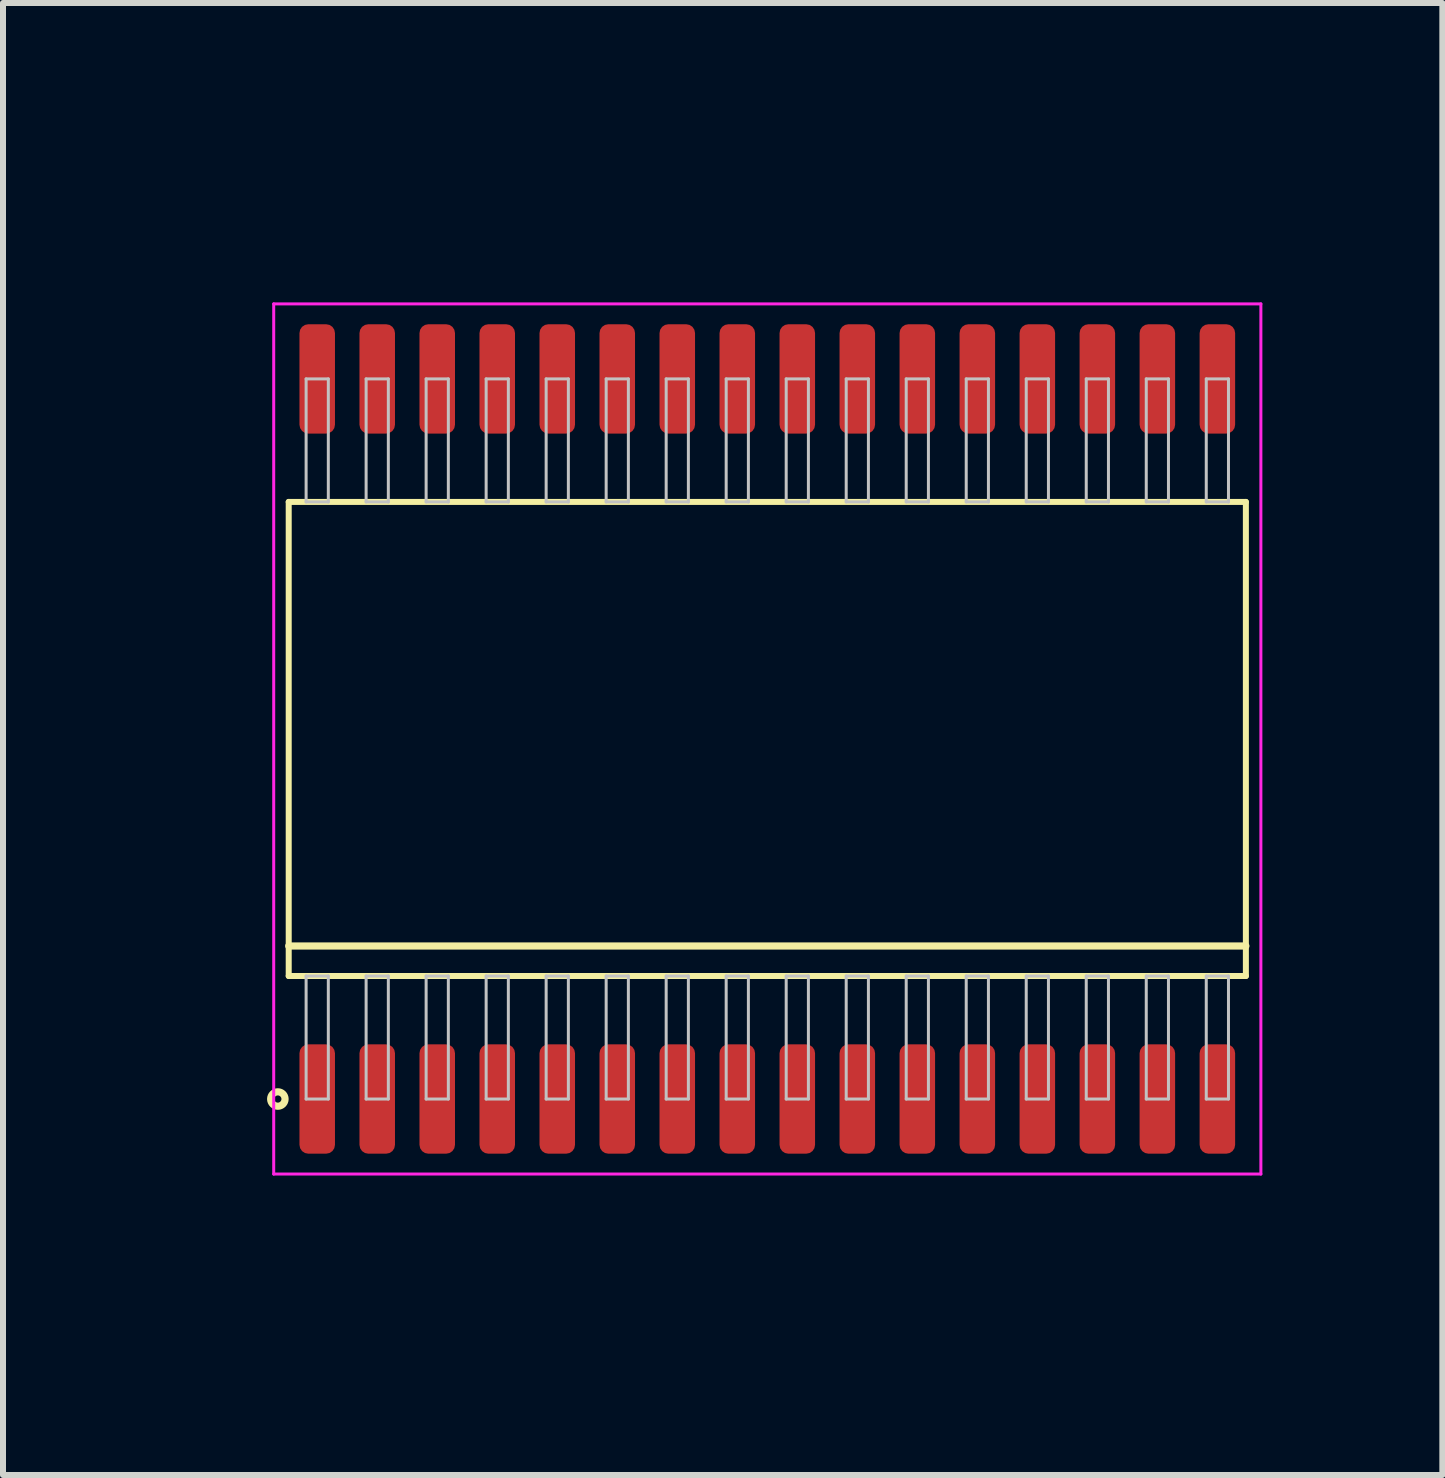
<source format=kicad_pcb>
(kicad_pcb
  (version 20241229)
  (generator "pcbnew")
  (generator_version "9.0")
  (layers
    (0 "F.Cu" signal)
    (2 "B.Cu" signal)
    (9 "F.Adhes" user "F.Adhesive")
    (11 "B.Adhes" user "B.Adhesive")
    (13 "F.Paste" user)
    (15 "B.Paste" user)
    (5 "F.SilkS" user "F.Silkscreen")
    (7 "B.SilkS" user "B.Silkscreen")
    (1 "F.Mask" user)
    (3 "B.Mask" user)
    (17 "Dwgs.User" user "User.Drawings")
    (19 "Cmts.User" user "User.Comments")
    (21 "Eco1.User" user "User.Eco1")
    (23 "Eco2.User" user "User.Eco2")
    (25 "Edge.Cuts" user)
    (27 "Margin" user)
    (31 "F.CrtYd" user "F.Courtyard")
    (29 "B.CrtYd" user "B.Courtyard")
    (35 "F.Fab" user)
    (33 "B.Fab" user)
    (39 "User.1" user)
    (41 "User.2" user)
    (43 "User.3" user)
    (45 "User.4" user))
  (footprint "SOP100P1595x1200-32"
    (layer "F.Cu")
    (at 9.736 9.264)
    (property "Reference" "SOP100P1595x1200-32" (at -8.975 0 90) (layer "User.1") (effects (font (size 1 1) (thickness 0.1))))
    (attr through_hole)
    (fp_line (start -7.975 -3.95) (end -7.975 3.95) (stroke (width 0.1) (type solid)) (layer "F.SilkS"))
    (fp_line (start -7.975 3.45) (end 7.975 3.45) (stroke (width 0.12) (type solid)) (layer "F.SilkS"))
    (fp_line (start -7.975 3.95) (end 7.975 3.95) (stroke (width 0.1) (type solid)) (layer "F.SilkS"))
    (fp_line (start 7.975 -3.95) (end -7.975 -3.95) (stroke (width 0.1) (type solid)) (layer "F.SilkS"))
    (fp_line (start 7.975 3.95) (end 7.975 -3.95) (stroke (width 0.1) (type solid)) (layer "F.SilkS"))
    (fp_circle (center -8.156 6) (end -8.036 6) (stroke (width 0.12) (type solid)) (fill no) (layer "F.SilkS"))
    (fp_line (start -7.685 -6) (end -7.685 -3.95) (stroke (width 0.05) (type solid)) (layer "Dwgs.User"))
    (fp_line (start -7.685 -3.95) (end -7.315 -3.95) (stroke (width 0.05) (type solid)) (layer "Dwgs.User"))
    (fp_line (start -7.685 3.95) (end -7.315 3.95) (stroke (width 0.05) (type solid)) (layer "Dwgs.User"))
    (fp_line (start -7.685 6) (end -7.685 3.95) (stroke (width 0.05) (type solid)) (layer "Dwgs.User"))
    (fp_line (start -7.315 -6) (end -7.685 -6) (stroke (width 0.05) (type solid)) (layer "Dwgs.User"))
    (fp_line (start -7.315 -3.95) (end -7.315 -6) (stroke (width 0.05) (type solid)) (layer "Dwgs.User"))
    (fp_line (start -7.315 3.95) (end -7.315 6) (stroke (width 0.05) (type solid)) (layer "Dwgs.User"))
    (fp_line (start -7.315 6) (end -7.685 6) (stroke (width 0.05) (type solid)) (layer "Dwgs.User"))
    (fp_line (start -6.685 -6) (end -6.685 -3.95) (stroke (width 0.05) (type solid)) (layer "Dwgs.User"))
    (fp_line (start -6.685 -3.95) (end -6.315 -3.95) (stroke (width 0.05) (type solid)) (layer "Dwgs.User"))
    (fp_line (start -6.685 3.95) (end -6.315 3.95) (stroke (width 0.05) (type solid)) (layer "Dwgs.User"))
    (fp_line (start -6.685 6) (end -6.685 3.95) (stroke (width 0.05) (type solid)) (layer "Dwgs.User"))
    (fp_line (start -6.315 -6) (end -6.685 -6) (stroke (width 0.05) (type solid)) (layer "Dwgs.User"))
    (fp_line (start -6.315 -3.95) (end -6.315 -6) (stroke (width 0.05) (type solid)) (layer "Dwgs.User"))
    (fp_line (start -6.315 3.95) (end -6.315 6) (stroke (width 0.05) (type solid)) (layer "Dwgs.User"))
    (fp_line (start -6.315 6) (end -6.685 6) (stroke (width 0.05) (type solid)) (layer "Dwgs.User"))
    (fp_line (start -5.685 -6) (end -5.685 -3.95) (stroke (width 0.05) (type solid)) (layer "Dwgs.User"))
    (fp_line (start -5.685 -3.95) (end -5.315 -3.95) (stroke (width 0.05) (type solid)) (layer "Dwgs.User"))
    (fp_line (start -5.685 3.95) (end -5.315 3.95) (stroke (width 0.05) (type solid)) (layer "Dwgs.User"))
    (fp_line (start -5.685 6) (end -5.685 3.95) (stroke (width 0.05) (type solid)) (layer "Dwgs.User"))
    (fp_line (start -5.315 -6) (end -5.685 -6) (stroke (width 0.05) (type solid)) (layer "Dwgs.User"))
    (fp_line (start -5.315 -3.95) (end -5.315 -6) (stroke (width 0.05) (type solid)) (layer "Dwgs.User"))
    (fp_line (start -5.315 3.95) (end -5.315 6) (stroke (width 0.05) (type solid)) (layer "Dwgs.User"))
    (fp_line (start -5.315 6) (end -5.685 6) (stroke (width 0.05) (type solid)) (layer "Dwgs.User"))
    (fp_line (start -4.685 -6) (end -4.685 -3.95) (stroke (width 0.05) (type solid)) (layer "Dwgs.User"))
    (fp_line (start -4.685 -3.95) (end -4.315 -3.95) (stroke (width 0.05) (type solid)) (layer "Dwgs.User"))
    (fp_line (start -4.685 3.95) (end -4.315 3.95) (stroke (width 0.05) (type solid)) (layer "Dwgs.User"))
    (fp_line (start -4.685 6) (end -4.685 3.95) (stroke (width 0.05) (type solid)) (layer "Dwgs.User"))
    (fp_line (start -4.315 -6) (end -4.685 -6) (stroke (width 0.05) (type solid)) (layer "Dwgs.User"))
    (fp_line (start -4.315 -3.95) (end -4.315 -6) (stroke (width 0.05) (type solid)) (layer "Dwgs.User"))
    (fp_line (start -4.315 3.95) (end -4.315 6) (stroke (width 0.05) (type solid)) (layer "Dwgs.User"))
    (fp_line (start -4.315 6) (end -4.685 6) (stroke (width 0.05) (type solid)) (layer "Dwgs.User"))
    (fp_line (start -3.685 -6) (end -3.685 -3.95) (stroke (width 0.05) (type solid)) (layer "Dwgs.User"))
    (fp_line (start -3.685 -3.95) (end -3.315 -3.95) (stroke (width 0.05) (type solid)) (layer "Dwgs.User"))
    (fp_line (start -3.685 3.95) (end -3.315 3.95) (stroke (width 0.05) (type solid)) (layer "Dwgs.User"))
    (fp_line (start -3.685 6) (end -3.685 3.95) (stroke (width 0.05) (type solid)) (layer "Dwgs.User"))
    (fp_line (start -3.315 -6) (end -3.685 -6) (stroke (width 0.05) (type solid)) (layer "Dwgs.User"))
    (fp_line (start -3.315 -3.95) (end -3.315 -6) (stroke (width 0.05) (type solid)) (layer "Dwgs.User"))
    (fp_line (start -3.315 3.95) (end -3.315 6) (stroke (width 0.05) (type solid)) (layer "Dwgs.User"))
    (fp_line (start -3.315 6) (end -3.685 6) (stroke (width 0.05) (type solid)) (layer "Dwgs.User"))
    (fp_line (start -2.685 -6) (end -2.685 -3.95) (stroke (width 0.05) (type solid)) (layer "Dwgs.User"))
    (fp_line (start -2.685 -3.95) (end -2.315 -3.95) (stroke (width 0.05) (type solid)) (layer "Dwgs.User"))
    (fp_line (start -2.685 3.95) (end -2.315 3.95) (stroke (width 0.05) (type solid)) (layer "Dwgs.User"))
    (fp_line (start -2.685 6) (end -2.685 3.95) (stroke (width 0.05) (type solid)) (layer "Dwgs.User"))
    (fp_line (start -2.315 -6) (end -2.685 -6) (stroke (width 0.05) (type solid)) (layer "Dwgs.User"))
    (fp_line (start -2.315 -3.95) (end -2.315 -6) (stroke (width 0.05) (type solid)) (layer "Dwgs.User"))
    (fp_line (start -2.315 3.95) (end -2.315 6) (stroke (width 0.05) (type solid)) (layer "Dwgs.User"))
    (fp_line (start -2.315 6) (end -2.685 6) (stroke (width 0.05) (type solid)) (layer "Dwgs.User"))
    (fp_line (start -1.685 -6) (end -1.685 -3.95) (stroke (width 0.05) (type solid)) (layer "Dwgs.User"))
    (fp_line (start -1.685 -3.95) (end -1.315 -3.95) (stroke (width 0.05) (type solid)) (layer "Dwgs.User"))
    (fp_line (start -1.685 3.95) (end -1.315 3.95) (stroke (width 0.05) (type solid)) (layer "Dwgs.User"))
    (fp_line (start -1.685 6) (end -1.685 3.95) (stroke (width 0.05) (type solid)) (layer "Dwgs.User"))
    (fp_line (start -1.315 -6) (end -1.685 -6) (stroke (width 0.05) (type solid)) (layer "Dwgs.User"))
    (fp_line (start -1.315 -3.95) (end -1.315 -6) (stroke (width 0.05) (type solid)) (layer "Dwgs.User"))
    (fp_line (start -1.315 3.95) (end -1.315 6) (stroke (width 0.05) (type solid)) (layer "Dwgs.User"))
    (fp_line (start -1.315 6) (end -1.685 6) (stroke (width 0.05) (type solid)) (layer "Dwgs.User"))
    (fp_line (start -0.685 -6) (end -0.685 -3.95) (stroke (width 0.05) (type solid)) (layer "Dwgs.User"))
    (fp_line (start -0.685 -3.95) (end -0.315 -3.95) (stroke (width 0.05) (type solid)) (layer "Dwgs.User"))
    (fp_line (start -0.685 3.95) (end -0.315 3.95) (stroke (width 0.05) (type solid)) (layer "Dwgs.User"))
    (fp_line (start -0.685 6) (end -0.685 3.95) (stroke (width 0.05) (type solid)) (layer "Dwgs.User"))
    (fp_line (start -0.315 -6) (end -0.685 -6) (stroke (width 0.05) (type solid)) (layer "Dwgs.User"))
    (fp_line (start -0.315 -3.95) (end -0.315 -6) (stroke (width 0.05) (type solid)) (layer "Dwgs.User"))
    (fp_line (start -0.315 3.95) (end -0.315 6) (stroke (width 0.05) (type solid)) (layer "Dwgs.User"))
    (fp_line (start -0.315 6) (end -0.685 6) (stroke (width 0.05) (type solid)) (layer "Dwgs.User"))
    (fp_line (start 0.315 -6) (end 0.315 -3.95) (stroke (width 0.05) (type solid)) (layer "Dwgs.User"))
    (fp_line (start 0.315 -3.95) (end 0.685 -3.95) (stroke (width 0.05) (type solid)) (layer "Dwgs.User"))
    (fp_line (start 0.315 3.95) (end 0.685 3.95) (stroke (width 0.05) (type solid)) (layer "Dwgs.User"))
    (fp_line (start 0.315 6) (end 0.315 3.95) (stroke (width 0.05) (type solid)) (layer "Dwgs.User"))
    (fp_line (start 0.685 -6) (end 0.315 -6) (stroke (width 0.05) (type solid)) (layer "Dwgs.User"))
    (fp_line (start 0.685 -3.95) (end 0.685 -6) (stroke (width 0.05) (type solid)) (layer "Dwgs.User"))
    (fp_line (start 0.685 3.95) (end 0.685 6) (stroke (width 0.05) (type solid)) (layer "Dwgs.User"))
    (fp_line (start 0.685 6) (end 0.315 6) (stroke (width 0.05) (type solid)) (layer "Dwgs.User"))
    (fp_line (start 1.315 -6) (end 1.315 -3.95) (stroke (width 0.05) (type solid)) (layer "Dwgs.User"))
    (fp_line (start 1.315 -3.95) (end 1.685 -3.95) (stroke (width 0.05) (type solid)) (layer "Dwgs.User"))
    (fp_line (start 1.315 3.95) (end 1.685 3.95) (stroke (width 0.05) (type solid)) (layer "Dwgs.User"))
    (fp_line (start 1.315 6) (end 1.315 3.95) (stroke (width 0.05) (type solid)) (layer "Dwgs.User"))
    (fp_line (start 1.685 -6) (end 1.315 -6) (stroke (width 0.05) (type solid)) (layer "Dwgs.User"))
    (fp_line (start 1.685 -3.95) (end 1.685 -6) (stroke (width 0.05) (type solid)) (layer "Dwgs.User"))
    (fp_line (start 1.685 3.95) (end 1.685 6) (stroke (width 0.05) (type solid)) (layer "Dwgs.User"))
    (fp_line (start 1.685 6) (end 1.315 6) (stroke (width 0.05) (type solid)) (layer "Dwgs.User"))
    (fp_line (start 2.315 -6) (end 2.315 -3.95) (stroke (width 0.05) (type solid)) (layer "Dwgs.User"))
    (fp_line (start 2.315 -3.95) (end 2.685 -3.95) (stroke (width 0.05) (type solid)) (layer "Dwgs.User"))
    (fp_line (start 2.315 3.95) (end 2.685 3.95) (stroke (width 0.05) (type solid)) (layer "Dwgs.User"))
    (fp_line (start 2.315 6) (end 2.315 3.95) (stroke (width 0.05) (type solid)) (layer "Dwgs.User"))
    (fp_line (start 2.685 -6) (end 2.315 -6) (stroke (width 0.05) (type solid)) (layer "Dwgs.User"))
    (fp_line (start 2.685 -3.95) (end 2.685 -6) (stroke (width 0.05) (type solid)) (layer "Dwgs.User"))
    (fp_line (start 2.685 3.95) (end 2.685 6) (stroke (width 0.05) (type solid)) (layer "Dwgs.User"))
    (fp_line (start 2.685 6) (end 2.315 6) (stroke (width 0.05) (type solid)) (layer "Dwgs.User"))
    (fp_line (start 3.315 -6) (end 3.315 -3.95) (stroke (width 0.05) (type solid)) (layer "Dwgs.User"))
    (fp_line (start 3.315 -3.95) (end 3.685 -3.95) (stroke (width 0.05) (type solid)) (layer "Dwgs.User"))
    (fp_line (start 3.315 3.95) (end 3.685 3.95) (stroke (width 0.05) (type solid)) (layer "Dwgs.User"))
    (fp_line (start 3.315 6) (end 3.315 3.95) (stroke (width 0.05) (type solid)) (layer "Dwgs.User"))
    (fp_line (start 3.685 -6) (end 3.315 -6) (stroke (width 0.05) (type solid)) (layer "Dwgs.User"))
    (fp_line (start 3.685 -3.95) (end 3.685 -6) (stroke (width 0.05) (type solid)) (layer "Dwgs.User"))
    (fp_line (start 3.685 3.95) (end 3.685 6) (stroke (width 0.05) (type solid)) (layer "Dwgs.User"))
    (fp_line (start 3.685 6) (end 3.315 6) (stroke (width 0.05) (type solid)) (layer "Dwgs.User"))
    (fp_line (start 4.315 -6) (end 4.315 -3.95) (stroke (width 0.05) (type solid)) (layer "Dwgs.User"))
    (fp_line (start 4.315 -3.95) (end 4.685 -3.95) (stroke (width 0.05) (type solid)) (layer "Dwgs.User"))
    (fp_line (start 4.315 3.95) (end 4.685 3.95) (stroke (width 0.05) (type solid)) (layer "Dwgs.User"))
    (fp_line (start 4.315 6) (end 4.315 3.95) (stroke (width 0.05) (type solid)) (layer "Dwgs.User"))
    (fp_line (start 4.685 -6) (end 4.315 -6) (stroke (width 0.05) (type solid)) (layer "Dwgs.User"))
    (fp_line (start 4.685 -3.95) (end 4.685 -6) (stroke (width 0.05) (type solid)) (layer "Dwgs.User"))
    (fp_line (start 4.685 3.95) (end 4.685 6) (stroke (width 0.05) (type solid)) (layer "Dwgs.User"))
    (fp_line (start 4.685 6) (end 4.315 6) (stroke (width 0.05) (type solid)) (layer "Dwgs.User"))
    (fp_line (start 5.315 -6) (end 5.315 -3.95) (stroke (width 0.05) (type solid)) (layer "Dwgs.User"))
    (fp_line (start 5.315 -3.95) (end 5.685 -3.95) (stroke (width 0.05) (type solid)) (layer "Dwgs.User"))
    (fp_line (start 5.315 3.95) (end 5.685 3.95) (stroke (width 0.05) (type solid)) (layer "Dwgs.User"))
    (fp_line (start 5.315 6) (end 5.315 3.95) (stroke (width 0.05) (type solid)) (layer "Dwgs.User"))
    (fp_line (start 5.685 -6) (end 5.315 -6) (stroke (width 0.05) (type solid)) (layer "Dwgs.User"))
    (fp_line (start 5.685 -3.95) (end 5.685 -6) (stroke (width 0.05) (type solid)) (layer "Dwgs.User"))
    (fp_line (start 5.685 3.95) (end 5.685 6) (stroke (width 0.05) (type solid)) (layer "Dwgs.User"))
    (fp_line (start 5.685 6) (end 5.315 6) (stroke (width 0.05) (type solid)) (layer "Dwgs.User"))
    (fp_line (start 6.315 -6) (end 6.315 -3.95) (stroke (width 0.05) (type solid)) (layer "Dwgs.User"))
    (fp_line (start 6.315 -3.95) (end 6.685 -3.95) (stroke (width 0.05) (type solid)) (layer "Dwgs.User"))
    (fp_line (start 6.315 3.95) (end 6.685 3.95) (stroke (width 0.05) (type solid)) (layer "Dwgs.User"))
    (fp_line (start 6.315 6) (end 6.315 3.95) (stroke (width 0.05) (type solid)) (layer "Dwgs.User"))
    (fp_line (start 6.685 -6) (end 6.315 -6) (stroke (width 0.05) (type solid)) (layer "Dwgs.User"))
    (fp_line (start 6.685 -3.95) (end 6.685 -6) (stroke (width 0.05) (type solid)) (layer "Dwgs.User"))
    (fp_line (start 6.685 3.95) (end 6.685 6) (stroke (width 0.05) (type solid)) (layer "Dwgs.User"))
    (fp_line (start 6.685 6) (end 6.315 6) (stroke (width 0.05) (type solid)) (layer "Dwgs.User"))
    (fp_line (start 7.315 -6) (end 7.315 -3.95) (stroke (width 0.05) (type solid)) (layer "Dwgs.User"))
    (fp_line (start 7.315 -3.95) (end 7.685 -3.95) (stroke (width 0.05) (type solid)) (layer "Dwgs.User"))
    (fp_line (start 7.315 3.95) (end 7.685 3.95) (stroke (width 0.05) (type solid)) (layer "Dwgs.User"))
    (fp_line (start 7.315 6) (end 7.315 3.95) (stroke (width 0.05) (type solid)) (layer "Dwgs.User"))
    (fp_line (start 7.685 -6) (end 7.315 -6) (stroke (width 0.05) (type solid)) (layer "Dwgs.User"))
    (fp_line (start 7.685 -3.95) (end 7.685 -6) (stroke (width 0.05) (type solid)) (layer "Dwgs.User"))
    (fp_line (start 7.685 3.95) (end 7.685 6) (stroke (width 0.05) (type solid)) (layer "Dwgs.User"))
    (fp_line (start 7.685 6) (end 7.315 6) (stroke (width 0.05) (type solid)) (layer "Dwgs.User"))
    (fp_line (start -8.225 -7.25) (end -8.225 7.25) (stroke (width 0.05) (type solid)) (layer "F.CrtYd"))
    (fp_line (start -8.225 7.25) (end 8.225 7.25) (stroke (width 0.05) (type solid)) (layer "F.CrtYd"))
    (fp_line (start 8.225 -7.25) (end -8.225 -7.25) (stroke (width 0.05) (type solid)) (layer "F.CrtYd"))
    (fp_line (start 8.225 7.25) (end 8.225 -7.25) (stroke (width 0.05) (type solid)) (layer "F.CrtYd"))
    (pad "1" smd roundrect (at -7.5 6) (size 0.592 1.822) (layers "F.Cu" "F.Mask" "F.Paste") (roundrect_rratio 0.25))
    (pad "2" smd roundrect (at -6.5 6) (size 0.592 1.822) (layers "F.Cu" "F.Mask" "F.Paste") (roundrect_rratio 0.25))
    (pad "3" smd roundrect (at -5.5 6) (size 0.592 1.822) (layers "F.Cu" "F.Mask" "F.Paste") (roundrect_rratio 0.25))
    (pad "4" smd roundrect (at -4.5 6) (size 0.592 1.822) (layers "F.Cu" "F.Mask" "F.Paste") (roundrect_rratio 0.25))
    (pad "5" smd roundrect (at -3.5 6) (size 0.592 1.822) (layers "F.Cu" "F.Mask" "F.Paste") (roundrect_rratio 0.25))
    (pad "6" smd roundrect (at -2.5 6) (size 0.592 1.822) (layers "F.Cu" "F.Mask" "F.Paste") (roundrect_rratio 0.25))
    (pad "7" smd roundrect (at -1.5 6) (size 0.592 1.822) (layers "F.Cu" "F.Mask" "F.Paste") (roundrect_rratio 0.25))
    (pad "8" smd roundrect (at -0.5 6) (size 0.592 1.822) (layers "F.Cu" "F.Mask" "F.Paste") (roundrect_rratio 0.25))
    (pad "9" smd roundrect (at 0.5 6) (size 0.592 1.822) (layers "F.Cu" "F.Mask" "F.Paste") (roundrect_rratio 0.25))
    (pad "10" smd roundrect (at 1.5 6) (size 0.592 1.822) (layers "F.Cu" "F.Mask" "F.Paste") (roundrect_rratio 0.25))
    (pad "11" smd roundrect (at 2.5 6) (size 0.592 1.822) (layers "F.Cu" "F.Mask" "F.Paste") (roundrect_rratio 0.25))
    (pad "12" smd roundrect (at 3.5 6) (size 0.592 1.822) (layers "F.Cu" "F.Mask" "F.Paste") (roundrect_rratio 0.25))
    (pad "13" smd roundrect (at 4.5 6) (size 0.592 1.822) (layers "F.Cu" "F.Mask" "F.Paste") (roundrect_rratio 0.25))
    (pad "14" smd roundrect (at 5.5 6) (size 0.592 1.822) (layers "F.Cu" "F.Mask" "F.Paste") (roundrect_rratio 0.25))
    (pad "15" smd roundrect (at 6.5 6) (size 0.592 1.822) (layers "F.Cu" "F.Mask" "F.Paste") (roundrect_rratio 0.25))
    (pad "16" smd roundrect (at 7.5 6) (size 0.592 1.822) (layers "F.Cu" "F.Mask" "F.Paste") (roundrect_rratio 0.25))
    (pad "17" smd roundrect (at 7.5 -6) (size 0.592 1.822) (layers "F.Cu" "F.Mask" "F.Paste") (roundrect_rratio 0.25))
    (pad "18" smd roundrect (at 6.5 -6) (size 0.592 1.822) (layers "F.Cu" "F.Mask" "F.Paste") (roundrect_rratio 0.25))
    (pad "19" smd roundrect (at 5.5 -6) (size 0.592 1.822) (layers "F.Cu" "F.Mask" "F.Paste") (roundrect_rratio 0.25))
    (pad "20" smd roundrect (at 4.5 -6) (size 0.592 1.822) (layers "F.Cu" "F.Mask" "F.Paste") (roundrect_rratio 0.25))
    (pad "21" smd roundrect (at 3.5 -6) (size 0.592 1.822) (layers "F.Cu" "F.Mask" "F.Paste") (roundrect_rratio 0.25))
    (pad "22" smd roundrect (at 2.5 -6) (size 0.592 1.822) (layers "F.Cu" "F.Mask" "F.Paste") (roundrect_rratio 0.25))
    (pad "23" smd roundrect (at 1.5 -6) (size 0.592 1.822) (layers "F.Cu" "F.Mask" "F.Paste") (roundrect_rratio 0.25))
    (pad "24" smd roundrect (at 0.5 -6) (size 0.592 1.822) (layers "F.Cu" "F.Mask" "F.Paste") (roundrect_rratio 0.25))
    (pad "25" smd roundrect (at -0.5 -6) (size 0.592 1.822) (layers "F.Cu" "F.Mask" "F.Paste") (roundrect_rratio 0.25))
    (pad "26" smd roundrect (at -1.5 -6) (size 0.592 1.822) (layers "F.Cu" "F.Mask" "F.Paste") (roundrect_rratio 0.25))
    (pad "27" smd roundrect (at -2.5 -6) (size 0.592 1.822) (layers "F.Cu" "F.Mask" "F.Paste") (roundrect_rratio 0.25))
    (pad "28" smd roundrect (at -3.5 -6) (size 0.592 1.822) (layers "F.Cu" "F.Mask" "F.Paste") (roundrect_rratio 0.25))
    (pad "29" smd roundrect (at -4.5 -6) (size 0.592 1.822) (layers "F.Cu" "F.Mask" "F.Paste") (roundrect_rratio 0.25))
    (pad "30" smd roundrect (at -5.5 -6) (size 0.592 1.822) (layers "F.Cu" "F.Mask" "F.Paste") (roundrect_rratio 0.25))
    (pad "31" smd roundrect (at -6.5 -6) (size 0.592 1.822) (layers "F.Cu" "F.Mask" "F.Paste") (roundrect_rratio 0.25))
    (pad "32" smd roundrect (at -7.5 -6) (size 0.592 1.822) (layers "F.Cu" "F.Mask" "F.Paste") (roundrect_rratio 0.25)))
  (gr_rect
    (start -3 -3)
    (end 20.985 21.529)
    (stroke (width 0.1) (type default))
    (fill no)
    (layer "Edge.Cuts")))
</source>
